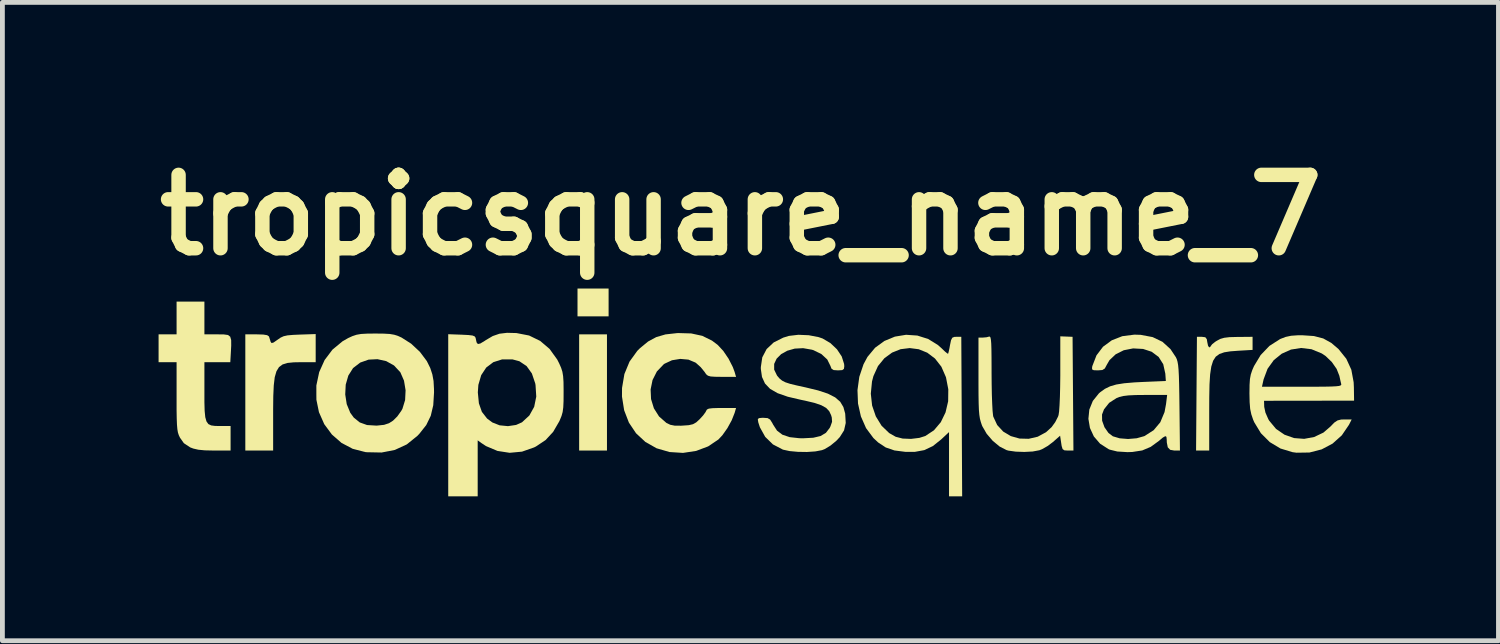
<source format=kicad_pcb>
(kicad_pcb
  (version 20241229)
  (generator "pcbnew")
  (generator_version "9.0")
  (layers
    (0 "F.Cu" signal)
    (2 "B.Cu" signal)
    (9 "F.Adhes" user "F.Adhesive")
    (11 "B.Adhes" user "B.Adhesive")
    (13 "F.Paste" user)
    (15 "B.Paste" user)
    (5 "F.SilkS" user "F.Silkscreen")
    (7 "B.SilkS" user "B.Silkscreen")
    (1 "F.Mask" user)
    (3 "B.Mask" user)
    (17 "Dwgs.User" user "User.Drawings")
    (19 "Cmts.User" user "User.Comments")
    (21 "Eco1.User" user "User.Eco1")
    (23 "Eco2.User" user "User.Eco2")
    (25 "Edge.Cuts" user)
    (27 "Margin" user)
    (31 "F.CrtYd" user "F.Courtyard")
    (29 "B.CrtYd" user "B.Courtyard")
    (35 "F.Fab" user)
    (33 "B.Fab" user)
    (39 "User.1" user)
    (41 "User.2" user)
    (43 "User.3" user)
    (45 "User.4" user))
  (footprint "tropicsquare_name_7"
    (layer "F.Cu")
    (at 12.344 5.168)
    (property "Reference" "tropicsquare_name_7" (at 0 -3.75 0) (layer "F.SilkS") (effects (font (size 1.524 1.524) (thickness 0.3))))
    (attr board_only exclude_from_pos_files exclude_from_bom)
    (fp_poly (pts (xy -2.783 1.143) (xy -3.361 1.143) (xy -3.361 -1.271) (xy -2.783 -1.271)) (stroke (width 0) (type solid)) (fill yes) (layer "F.SilkS"))
    (fp_poly (pts (xy -2.749 -1.645) (xy -3.395 -1.645) (xy -3.395 -2.223) (xy -2.749 -2.223)) (stroke (width 0) (type solid)) (fill yes) (layer "F.SilkS"))
    (fp_poly (pts (xy -8.835 -0.693) (xy -9.126 -0.693) (xy -9.29 -0.69) (xy -9.421 -0.677) (xy -9.522 -0.646) (xy -9.597 -0.591) (xy -9.65 -0.504) (xy -9.686 -0.38) (xy -9.706 -0.21) (xy -9.716 0.011) (xy -9.719 0.291) (xy -9.719 0.394) (xy -9.719 1.143) (xy -10.297 1.143) (xy -10.297 -1.271) (xy -10.058 -1.271) (xy -9.924 -1.267) (xy -9.844 -1.254) (xy -9.808 -1.23) (xy -9.803 -1.22) (xy -9.778 -1.14) (xy -9.771 -1.116) (xy -9.751 -1.09) (xy -9.711 -1.101) (xy -9.635 -1.154) (xy -9.629 -1.158) (xy -9.564 -1.203) (xy -9.501 -1.232) (xy -9.42 -1.25) (xy -9.305 -1.26) (xy -9.169 -1.266) (xy -8.835 -1.277)) (stroke (width 0) (type solid)) (fill yes) (layer "F.SilkS"))
    (fp_poly (pts (xy 9.649 -1.211) (xy 9.68 -1.171) (xy 9.69 -1.109) (xy 9.706 -1.034) (xy 9.73 -0.999) (xy 9.732 -0.999) (xy 9.764 -1.024) (xy 9.764 -1.03) (xy 9.791 -1.066) (xy 9.857 -1.118) (xy 9.889 -1.138) (xy 9.962 -1.177) (xy 10.043 -1.2) (xy 10.152 -1.213) (xy 10.307 -1.217) (xy 10.322 -1.217) (xy 10.631 -1.22) (xy 10.631 -0.948) (xy 10.325 -0.93) (xy 10.168 -0.918) (xy 10.042 -0.898) (xy 9.942 -0.863) (xy 9.866 -0.807) (xy 9.811 -0.722) (xy 9.773 -0.601) (xy 9.749 -0.439) (xy 9.736 -0.229) (xy 9.731 0.038) (xy 9.73 0.311) (xy 9.73 1.143) (xy 9.457 1.143) (xy 9.475 -1.22) (xy 9.577 -1.22)) (stroke (width 0) (type solid)) (fill yes) (layer "F.SilkS"))
    (fp_poly (pts (xy -11.147 -1.271) (xy -10.879 -1.271) (xy -10.746 -1.27) (xy -10.659 -1.258) (xy -10.611 -1.223) (xy -10.591 -1.154) (xy -10.59 -1.038) (xy -10.597 -0.905) (xy -10.609 -0.693) (xy -11.147 -0.693) (xy -11.147 -0.105) (xy -11.147 0.137) (xy -11.142 0.319) (xy -11.129 0.45) (xy -11.104 0.538) (xy -11.065 0.593) (xy -11.006 0.621) (xy -10.924 0.632) (xy -10.822 0.633) (xy -10.603 0.633) (xy -10.603 1.143) (xy -10.952 1.143) (xy -11.138 1.139) (xy -11.273 1.126) (xy -11.377 1.102) (xy -11.443 1.077) (xy -11.574 0.99) (xy -11.655 0.875) (xy -11.679 0.824) (xy -11.697 0.769) (xy -11.709 0.699) (xy -11.717 0.605) (xy -11.722 0.475) (xy -11.725 0.3) (xy -11.725 0.069) (xy -11.725 0.023) (xy -11.725 -0.693) (xy -12.099 -0.693) (xy -12.099 -1.271) (xy -11.725 -1.271) (xy -11.725 -1.951) (xy -11.147 -1.951)) (stroke (width 0) (type solid)) (fill yes) (layer "F.SilkS"))
    (fp_poly (pts (xy 6.891 -1.22) (xy 6.909 1.143) (xy 6.793 1.143) (xy 6.722 1.139) (xy 6.684 1.113) (xy 6.664 1.048) (xy 6.655 0.989) (xy 6.632 0.835) (xy 6.483 0.966) (xy 6.374 1.048) (xy 6.259 1.114) (xy 6.201 1.137) (xy 6.062 1.163) (xy 5.889 1.172) (xy 5.712 1.166) (xy 5.56 1.145) (xy 5.52 1.134) (xy 5.377 1.061) (xy 5.232 0.941) (xy 5.106 0.794) (xy 5.016 0.638) (xy 5.006 0.614) (xy 4.984 0.548) (xy 4.966 0.481) (xy 4.954 0.402) (xy 4.945 0.301) (xy 4.94 0.167) (xy 4.937 -0.009) (xy 4.936 -0.237) (xy 4.936 -0.388) (xy 4.936 -1.203) (xy 5.018 -1.203) (xy 5.106 -1.211) (xy 5.154 -1.224) (xy 5.171 -1.224) (xy 5.185 -1.206) (xy 5.194 -1.162) (xy 5.201 -1.083) (xy 5.205 -0.963) (xy 5.207 -0.793) (xy 5.208 -0.565) (xy 5.208 -0.467) (xy 5.21 -0.234) (xy 5.214 -0.018) (xy 5.221 0.17) (xy 5.229 0.318) (xy 5.239 0.414) (xy 5.243 0.437) (xy 5.324 0.612) (xy 5.45 0.749) (xy 5.608 0.843) (xy 5.789 0.894) (xy 5.979 0.899) (xy 6.166 0.856) (xy 6.34 0.762) (xy 6.456 0.656) (xy 6.531 0.552) (xy 6.589 0.438) (xy 6.6 0.405) (xy 6.611 0.332) (xy 6.62 0.203) (xy 6.628 0.029) (xy 6.633 -0.178) (xy 6.636 -0.407) (xy 6.636 -0.477) (xy 6.636 -1.23)) (stroke (width 0) (type solid)) (fill yes) (layer "F.SilkS"))
    (fp_poly (pts (xy 3.666 -1.246) (xy 3.891 -1.175) (xy 4.095 -1.048) (xy 4.168 -0.983) (xy 4.24 -0.914) (xy 4.291 -0.873) (xy 4.305 -0.868) (xy 4.316 -0.905) (xy 4.334 -0.988) (xy 4.345 -1.05) (xy 4.366 -1.15) (xy 4.392 -1.201) (xy 4.434 -1.218) (xy 4.477 -1.22) (xy 4.579 -1.22) (xy 4.588 0.438) (xy 4.597 2.095) (xy 4.324 2.095) (xy 4.324 0.76) (xy 4.161 0.912) (xy 3.988 1.05) (xy 3.811 1.134) (xy 3.611 1.171) (xy 3.415 1.17) (xy 3.19 1.141) (xy 3.009 1.079) (xy 2.85 0.974) (xy 2.753 0.883) (xy 2.6 0.677) (xy 2.493 0.434) (xy 2.433 0.166) (xy 2.425 -0.038) (xy 2.699 -0.038) (xy 2.726 0.208) (xy 2.803 0.433) (xy 2.922 0.627) (xy 3.081 0.78) (xy 3.216 0.857) (xy 3.36 0.894) (xy 3.534 0.901) (xy 3.707 0.88) (xy 3.831 0.841) (xy 4.011 0.722) (xy 4.153 0.554) (xy 4.252 0.35) (xy 4.306 0.119) (xy 4.309 -0.129) (xy 4.261 -0.379) (xy 4.165 -0.599) (xy 4.032 -0.769) (xy 3.872 -0.89) (xy 3.694 -0.962) (xy 3.507 -0.986) (xy 3.319 -0.963) (xy 3.141 -0.892) (xy 2.981 -0.775) (xy 2.848 -0.612) (xy 2.753 -0.403) (xy 2.724 -0.293) (xy 2.699 -0.038) (xy 2.425 -0.038) (xy 2.422 -0.112) (xy 2.46 -0.389) (xy 2.548 -0.651) (xy 2.63 -0.803) (xy 2.788 -0.993) (xy 2.982 -1.134) (xy 3.2 -1.224) (xy 3.432 -1.262)) (stroke (width 0) (type solid)) (fill yes) (layer "F.SilkS"))
    (fp_poly (pts (xy -7.594 -1.288) (xy -7.42 -1.286) (xy -7.295 -1.279) (xy -7.202 -1.263) (xy -7.12 -1.236) (xy -7.05 -1.204) (xy -6.851 -1.077) (xy -6.67 -0.908) (xy -6.526 -0.716) (xy -6.455 -0.573) (xy -6.411 -0.439) (xy -6.386 -0.302) (xy -6.377 -0.136) (xy -6.376 -0.064) (xy -6.392 0.201) (xy -6.444 0.421) (xy -6.538 0.614) (xy -6.681 0.795) (xy -6.724 0.84) (xy -6.943 1.016) (xy -7.19 1.13) (xy -7.465 1.184) (xy -7.771 1.178) (xy -7.807 1.174) (xy -8.066 1.107) (xy -8.299 0.984) (xy -8.498 0.81) (xy -8.657 0.595) (xy -8.767 0.346) (xy -8.82 0.088) (xy -8.821 -0.022) (xy -8.221 -0.022) (xy -8.19 0.179) (xy -8.116 0.359) (xy -8.043 0.459) (xy -7.919 0.559) (xy -7.768 0.613) (xy -7.575 0.625) (xy -7.556 0.624) (xy -7.414 0.609) (xy -7.311 0.575) (xy -7.228 0.522) (xy -7.139 0.434) (xy -7.057 0.319) (xy -7.032 0.274) (xy -6.977 0.094) (xy -6.967 -0.109) (xy -7 -0.309) (xy -7.075 -0.481) (xy -7.08 -0.488) (xy -7.208 -0.625) (xy -7.37 -0.715) (xy -7.551 -0.755) (xy -7.735 -0.746) (xy -7.909 -0.685) (xy -8.056 -0.572) (xy -8.06 -0.568) (xy -8.157 -0.414) (xy -8.211 -0.226) (xy -8.221 -0.022) (xy -8.821 -0.022) (xy -8.821 -0.209) (xy -8.762 -0.487) (xy -8.649 -0.738) (xy -8.486 -0.954) (xy -8.277 -1.127) (xy -8.16 -1.194) (xy -8.068 -1.236) (xy -7.985 -1.263) (xy -7.893 -1.279) (xy -7.772 -1.286) (xy -7.604 -1.288)) (stroke (width 0) (type solid)) (fill yes) (layer "F.SilkS"))
    (fp_poly (pts (xy -4.661 -1.298) (xy -4.658 -1.297) (xy -4.401 -1.247) (xy -4.171 -1.135) (xy -3.975 -0.968) (xy -3.816 -0.747) (xy -3.774 -0.664) (xy -3.735 -0.575) (xy -3.709 -0.493) (xy -3.694 -0.402) (xy -3.686 -0.283) (xy -3.684 -0.119) (xy -3.684 -0.064) (xy -3.685 0.116) (xy -3.691 0.246) (xy -3.704 0.343) (xy -3.727 0.425) (xy -3.762 0.51) (xy -3.772 0.533) (xy -3.901 0.755) (xy -4.058 0.925) (xy -4.259 1.059) (xy -4.297 1.078) (xy -4.548 1.166) (xy -4.805 1.19) (xy -5.058 1.151) (xy -5.297 1.05) (xy -5.392 0.987) (xy -5.469 0.931) (xy -5.469 2.095) (xy -6.081 2.095) (xy -6.081 -0.064) (xy -5.466 -0.064) (xy -5.444 0.162) (xy -5.382 0.339) (xy -5.274 0.478) (xy -5.163 0.56) (xy -5.013 0.619) (xy -4.84 0.636) (xy -4.671 0.611) (xy -4.548 0.556) (xy -4.395 0.414) (xy -4.295 0.234) (xy -4.252 0.022) (xy -4.267 -0.217) (xy -4.273 -0.251) (xy -4.343 -0.458) (xy -4.453 -0.612) (xy -4.602 -0.712) (xy -4.747 -0.751) (xy -4.961 -0.751) (xy -5.144 -0.693) (xy -5.291 -0.582) (xy -5.396 -0.423) (xy -5.455 -0.221) (xy -5.466 -0.064) (xy -6.081 -0.064) (xy -6.081 -1.274) (xy -5.801 -1.264) (xy -5.662 -1.257) (xy -5.577 -1.247) (xy -5.532 -1.229) (xy -5.513 -1.201) (xy -5.51 -1.186) (xy -5.492 -1.104) (xy -5.465 -1.07) (xy -5.414 -1.081) (xy -5.324 -1.135) (xy -5.299 -1.152) (xy -5.156 -1.236) (xy -5.017 -1.284) (xy -4.86 -1.303)) (stroke (width 0) (type solid)) (fill yes) (layer "F.SilkS"))
    (fp_poly (pts (xy -1.032 -1.29) (xy -0.802 -1.24) (xy -0.601 -1.141) (xy -0.484 -1.053) (xy -0.368 -0.929) (xy -0.257 -0.766) (xy -0.168 -0.591) (xy -0.13 -0.488) (xy -0.101 -0.387) (xy -0.396 -0.388) (xy -0.539 -0.39) (xy -0.629 -0.396) (xy -0.685 -0.412) (xy -0.722 -0.442) (xy -0.756 -0.492) (xy -0.76 -0.497) (xy -0.835 -0.589) (xy -0.931 -0.675) (xy -0.947 -0.686) (xy -1.09 -0.746) (xy -1.26 -0.761) (xy -1.432 -0.733) (xy -1.585 -0.662) (xy -1.606 -0.647) (xy -1.746 -0.5) (xy -1.836 -0.322) (xy -1.876 -0.126) (xy -1.867 0.074) (xy -1.808 0.266) (xy -1.701 0.435) (xy -1.547 0.57) (xy -1.546 0.57) (xy -1.467 0.608) (xy -1.375 0.626) (xy -1.244 0.627) (xy -1.211 0.625) (xy -1.082 0.616) (xy -0.997 0.596) (xy -0.929 0.558) (xy -0.863 0.498) (xy -0.788 0.417) (xy -0.735 0.345) (xy -0.723 0.321) (xy -0.706 0.291) (xy -0.666 0.272) (xy -0.591 0.263) (xy -0.467 0.259) (xy -0.403 0.259) (xy -0.101 0.259) (xy -0.13 0.36) (xy -0.191 0.514) (xy -0.281 0.678) (xy -0.385 0.825) (xy -0.467 0.913) (xy -0.681 1.057) (xy -0.931 1.151) (xy -1.203 1.192) (xy -1.482 1.174) (xy -1.483 1.174) (xy -1.752 1.096) (xy -1.985 0.964) (xy -2.179 0.784) (xy -2.327 0.563) (xy -2.426 0.306) (xy -2.471 0.022) (xy -2.47 -0.156) (xy -2.421 -0.446) (xy -2.314 -0.705) (xy -2.153 -0.928) (xy -2.097 -0.984) (xy -1.929 -1.122) (xy -1.759 -1.214) (xy -1.567 -1.27) (xy -1.333 -1.296) (xy -1.304 -1.298)) (stroke (width 0) (type solid)) (fill yes) (layer "F.SilkS"))
    (fp_poly (pts (xy 11.906 -1.236) (xy 12.099 -1.186) (xy 12.267 -1.093) (xy 12.417 -0.965) (xy 12.579 -0.763) (xy 12.683 -0.536) (xy 12.731 -0.276) (xy 12.736 -0.168) (xy 12.74 0.106) (xy 11.804 0.108) (xy 10.869 0.109) (xy 10.873 0.236) (xy 10.898 0.354) (xy 10.957 0.489) (xy 10.976 0.522) (xy 11.119 0.694) (xy 11.295 0.814) (xy 11.494 0.884) (xy 11.703 0.9) (xy 11.91 0.862) (xy 12.103 0.77) (xy 12.245 0.648) (xy 12.329 0.562) (xy 12.397 0.517) (xy 12.47 0.499) (xy 12.537 0.497) (xy 12.69 0.497) (xy 12.634 0.608) (xy 12.485 0.827) (xy 12.293 0.999) (xy 12.066 1.119) (xy 11.813 1.184) (xy 11.544 1.188) (xy 11.462 1.177) (xy 11.211 1.101) (xy 10.989 0.968) (xy 10.804 0.783) (xy 10.665 0.554) (xy 10.642 0.5) (xy 10.605 0.391) (xy 10.581 0.278) (xy 10.57 0.14) (xy 10.566 -0.043) (xy 10.566 -0.047) (xy 10.568 -0.183) (xy 10.826 -0.183) (xy 11.657 -0.183) (xy 11.916 -0.183) (xy 12.115 -0.184) (xy 12.261 -0.187) (xy 12.363 -0.192) (xy 12.427 -0.199) (xy 12.461 -0.21) (xy 12.474 -0.224) (xy 12.472 -0.242) (xy 12.454 -0.318) (xy 12.434 -0.41) (xy 12.378 -0.552) (xy 12.277 -0.697) (xy 12.147 -0.822) (xy 12.069 -0.874) (xy 11.855 -0.962) (xy 11.639 -0.988) (xy 11.429 -0.955) (xy 11.237 -0.869) (xy 11.071 -0.735) (xy 10.942 -0.555) (xy 10.86 -0.336) (xy 10.858 -0.327) (xy 10.826 -0.183) (xy 10.568 -0.183) (xy 10.568 -0.217) (xy 10.576 -0.34) (xy 10.594 -0.437) (xy 10.625 -0.53) (xy 10.661 -0.612) (xy 10.799 -0.841) (xy 10.981 -1.031) (xy 11.196 -1.169) (xy 11.209 -1.176) (xy 11.319 -1.218) (xy 11.432 -1.242) (xy 11.574 -1.252) (xy 11.668 -1.252)) (stroke (width 0) (type solid)) (fill yes) (layer "F.SilkS"))
    (fp_poly (pts (xy 8.306 -1.261) (xy 8.555 -1.214) (xy 8.759 -1.116) (xy 8.925 -0.965) (xy 9.038 -0.795) (xy 9.057 -0.753) (xy 9.072 -0.701) (xy 9.084 -0.632) (xy 9.093 -0.536) (xy 9.1 -0.405) (xy 9.105 -0.23) (xy 9.109 -0.004) (xy 9.112 0.234) (xy 9.122 1.143) (xy 9.005 1.143) (xy 8.919 1.128) (xy 8.869 1.076) (xy 8.849 0.974) (xy 8.847 0.914) (xy 8.841 0.858) (xy 8.818 0.844) (xy 8.766 0.874) (xy 8.683 0.944) (xy 8.514 1.067) (xy 8.338 1.141) (xy 8.131 1.173) (xy 8.03 1.176) (xy 7.82 1.163) (xy 7.662 1.124) (xy 7.639 1.114) (xy 7.463 1.001) (xy 7.333 0.85) (xy 7.252 0.674) (xy 7.22 0.484) (xy 7.229 0.395) (xy 7.503 0.395) (xy 7.505 0.523) (xy 7.554 0.659) (xy 7.637 0.778) (xy 7.728 0.847) (xy 7.87 0.889) (xy 8.044 0.903) (xy 8.223 0.888) (xy 8.377 0.845) (xy 8.387 0.841) (xy 8.576 0.72) (xy 8.714 0.555) (xy 8.802 0.344) (xy 8.833 0.177) (xy 8.856 -0.013) (xy 8.4 -0.012) (xy 8.2 -0.01) (xy 8.052 -0.003) (xy 7.945 0.01) (xy 7.862 0.03) (xy 7.806 0.052) (xy 7.651 0.152) (xy 7.544 0.287) (xy 7.503 0.395) (xy 7.229 0.395) (xy 7.239 0.292) (xy 7.312 0.112) (xy 7.439 -0.046) (xy 7.467 -0.07) (xy 7.563 -0.139) (xy 7.67 -0.191) (xy 7.8 -0.229) (xy 7.964 -0.255) (xy 8.175 -0.273) (xy 8.353 -0.282) (xy 8.829 -0.302) (xy 8.818 -0.455) (xy 8.775 -0.65) (xy 8.679 -0.802) (xy 8.533 -0.91) (xy 8.356 -0.968) (xy 8.149 -0.979) (xy 7.955 -0.941) (xy 7.787 -0.857) (xy 7.658 -0.735) (xy 7.6 -0.635) (xy 7.561 -0.562) (xy 7.51 -0.53) (xy 7.419 -0.523) (xy 7.417 -0.523) (xy 7.331 -0.526) (xy 7.296 -0.544) (xy 7.297 -0.591) (xy 7.303 -0.616) (xy 7.388 -0.835) (xy 7.524 -1.014) (xy 7.705 -1.147) (xy 7.924 -1.233) (xy 8.175 -1.265)) (stroke (width 0) (type solid)) (fill yes) (layer "F.SilkS"))
    (fp_poly (pts (xy 1.409 -1.253) (xy 1.613 -1.214) (xy 1.697 -1.185) (xy 1.859 -1.09) (xy 1.996 -0.96) (xy 2.095 -0.811) (xy 2.144 -0.656) (xy 2.148 -0.609) (xy 2.14 -0.553) (xy 2.105 -0.528) (xy 2.022 -0.523) (xy 2.015 -0.523) (xy 1.927 -0.529) (xy 1.882 -0.558) (xy 1.86 -0.616) (xy 1.794 -0.749) (xy 1.673 -0.861) (xy 1.508 -0.942) (xy 1.476 -0.952) (xy 1.293 -0.984) (xy 1.119 -0.975) (xy 0.964 -0.931) (xy 0.836 -0.86) (xy 0.742 -0.766) (xy 0.691 -0.657) (xy 0.691 -0.538) (xy 0.75 -0.416) (xy 0.756 -0.408) (xy 0.804 -0.352) (xy 0.856 -0.31) (xy 0.924 -0.275) (xy 1.022 -0.243) (xy 1.162 -0.209) (xy 1.34 -0.17) (xy 1.604 -0.106) (xy 1.807 -0.039) (xy 1.958 0.038) (xy 2.063 0.129) (xy 2.129 0.239) (xy 2.166 0.373) (xy 2.167 0.38) (xy 2.178 0.57) (xy 2.143 0.724) (xy 2.055 0.863) (xy 1.983 0.94) (xy 1.864 1.038) (xy 1.743 1.112) (xy 1.684 1.135) (xy 1.547 1.161) (xy 1.372 1.173) (xy 1.184 1.17) (xy 1.011 1.154) (xy 0.877 1.125) (xy 0.871 1.123) (xy 0.666 1.016) (xy 0.505 0.859) (xy 0.394 0.659) (xy 0.361 0.557) (xy 0.351 0.496) (xy 0.372 0.47) (xy 0.44 0.463) (xy 0.469 0.463) (xy 0.554 0.469) (xy 0.606 0.499) (xy 0.651 0.569) (xy 0.669 0.604) (xy 0.75 0.729) (xy 0.862 0.814) (xy 1.014 0.865) (xy 1.215 0.887) (xy 1.298 0.888) (xy 1.504 0.877) (xy 1.656 0.841) (xy 1.766 0.775) (xy 1.844 0.674) (xy 1.86 0.642) (xy 1.894 0.546) (xy 1.888 0.456) (xy 1.874 0.408) (xy 1.834 0.324) (xy 1.77 0.257) (xy 1.671 0.202) (xy 1.528 0.153) (xy 1.33 0.106) (xy 1.247 0.089) (xy 0.974 0.025) (xy 0.762 -0.049) (xy 0.606 -0.139) (xy 0.5 -0.25) (xy 0.438 -0.386) (xy 0.414 -0.552) (xy 0.414 -0.591) (xy 0.444 -0.793) (xy 0.534 -0.965) (xy 0.681 -1.103) (xy 0.88 -1.203) (xy 0.998 -1.239) (xy 1.193 -1.262)) (stroke (width 0) (type solid)) (fill yes) (layer "F.SilkS")))
  (gr_rect
    (start -3 -3)
    (end 28.084 10.263)
    (stroke (width 0.1) (type default))
    (fill no)
    (layer "Edge.Cuts")))
</source>
